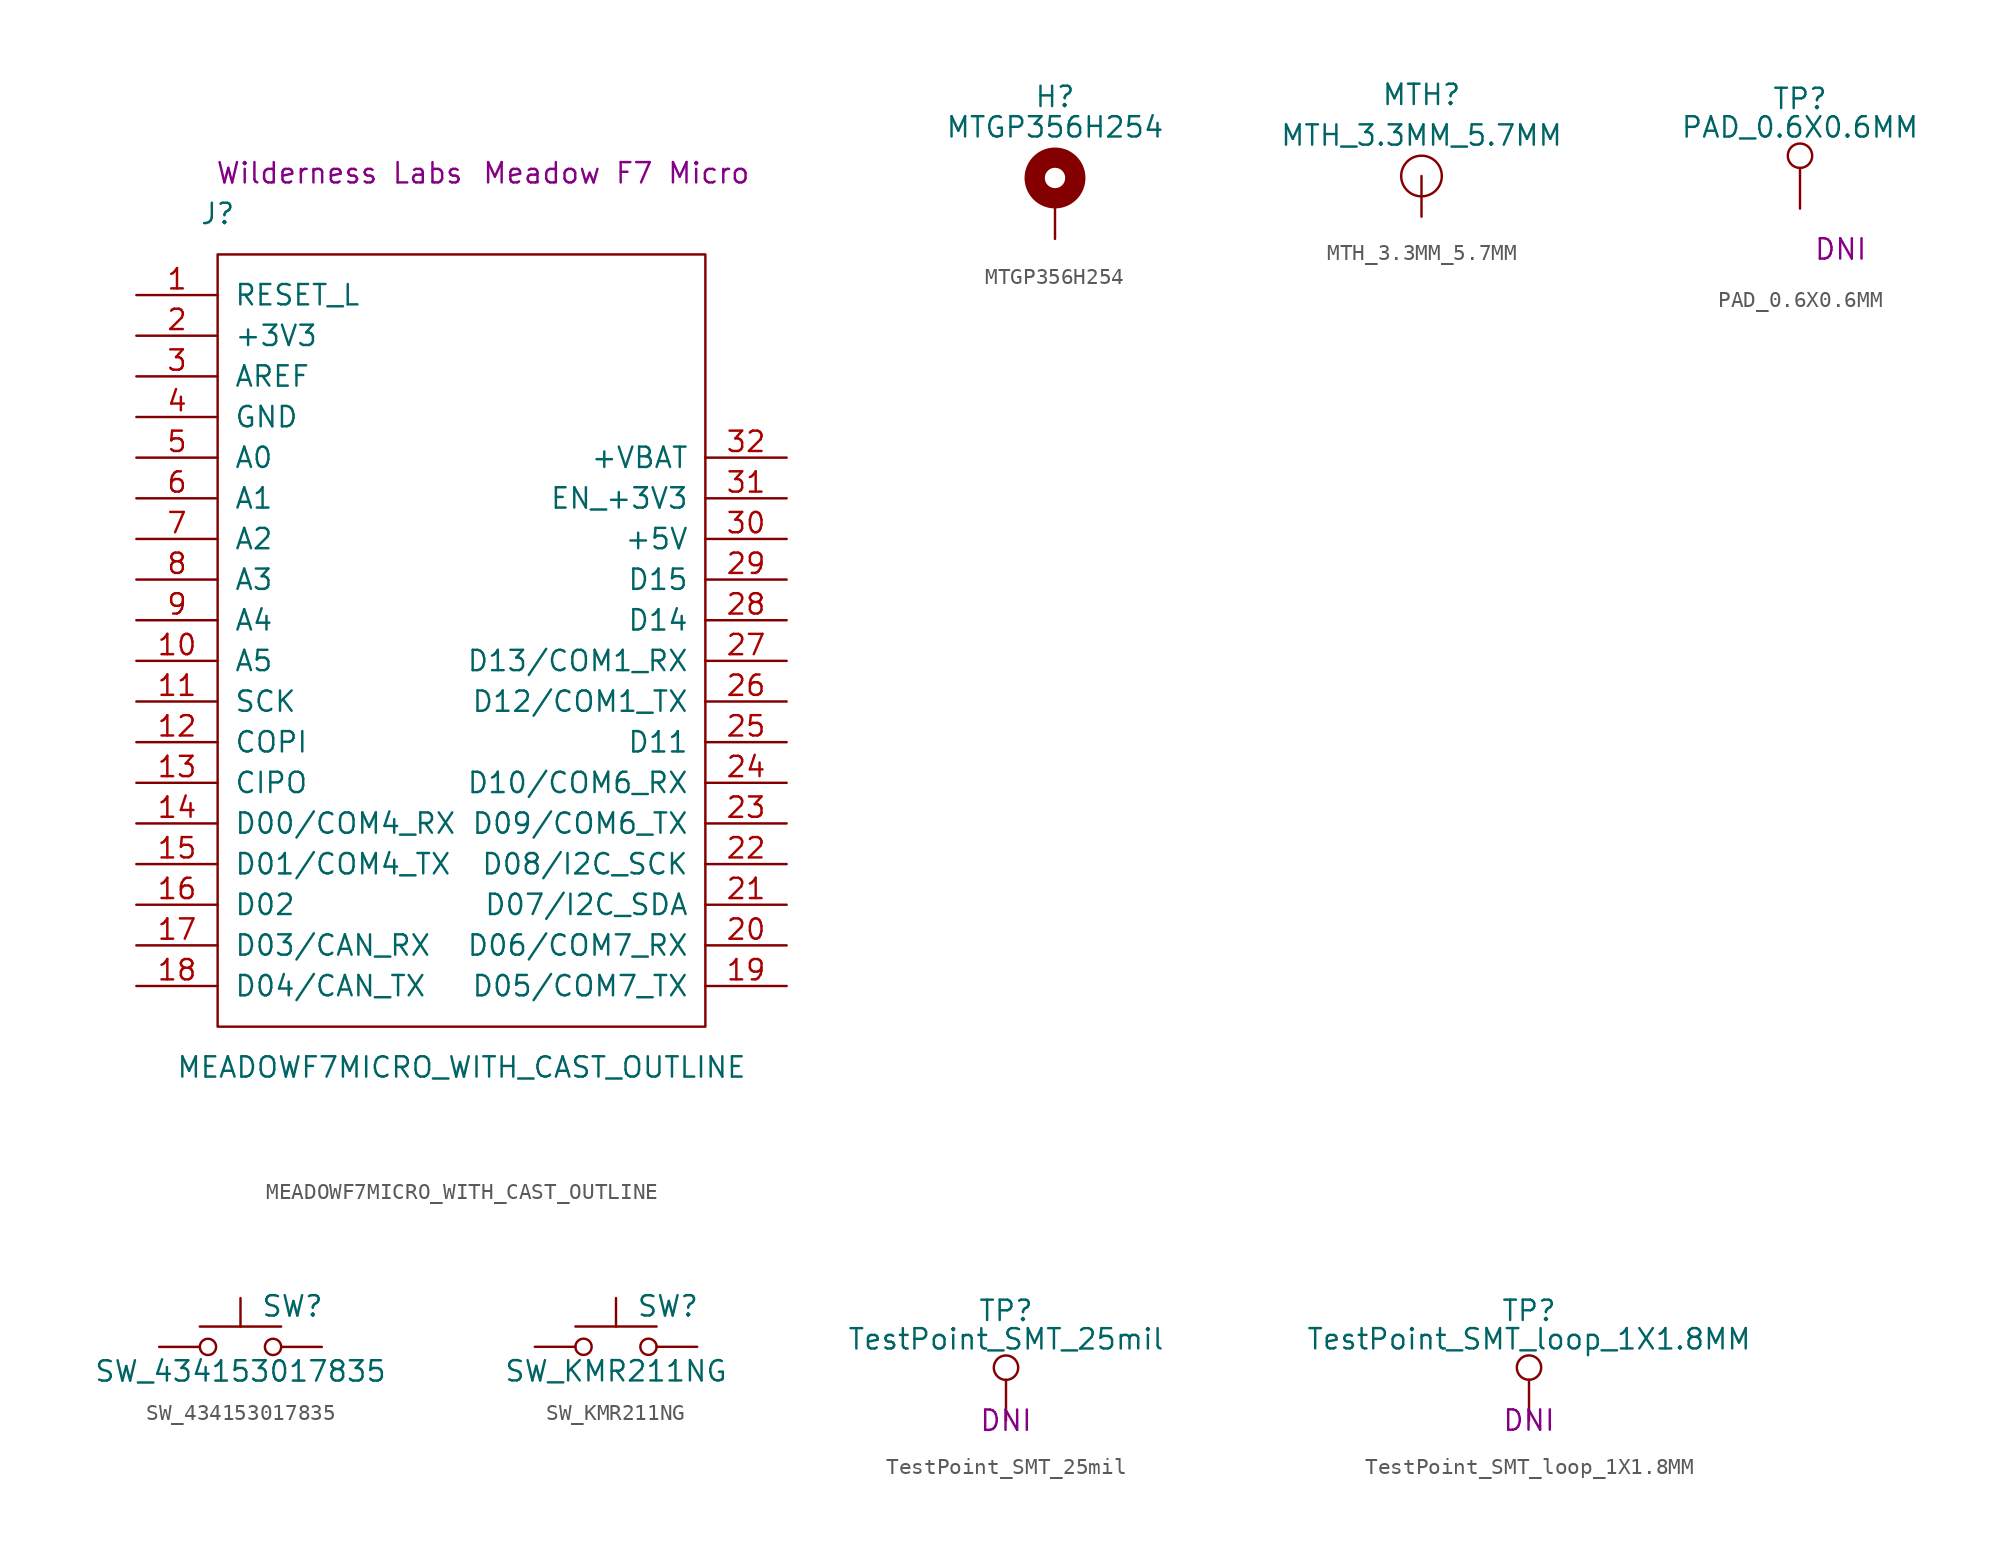
<source format=kicad_sym>
(kicad_symbol_lib
  (version 20211014)
  (generator kicad_symbol_editor)
  (symbol "MEADOWF7MICRO_WITH_CAST_OUTLINE"
    (pin_names
      (offset 1.016))
    (property "Reference" "J"
      (at 5.08 10.16 0)
      (effects (font (size 1.27 1.27))))
    (property "Value" "MEADOWF7MICRO_WITH_CAST_OUTLINE"
      (at 20.32 -43.18 0)
      (effects (font (size 1.27 1.27))))
    (property "MF" "Wilderness Labs"
      (at 12.7 12.7 0)
      (effects (font (size 1.27 1.27))))
    (property "PN" "Meadow F7 Micro "
      (at 30.48 12.7 0)
      (effects (font (size 1.27 1.27))))
    (symbol "MEADOWF7MICRO_WITH_CAST_OUTLINE_0_1"
      (rectangle (start 5.08 7.62) (end 35.56 -40.64) (stroke (width 0) (type default) (color 0 0 0 0)) (fill (type none))))
    (symbol "MEADOWF7MICRO_WITH_CAST_OUTLINE_1_1"
      (pin input line (at 0 5.08 0) (length 5.08) (name "RESET_L" (effects (font (size 1.27 1.27)))) (number "1" (effects (font (size 1.27 1.27)))))
      (pin bidirectional line (at 0 -17.78 0) (length 5.08) (name "A5" (effects (font (size 1.27 1.27)))) (number "10" (effects (font (size 1.27 1.27)))))
      (pin bidirectional line (at 0 -20.32 0) (length 5.08) (name "SCK" (effects (font (size 1.27 1.27)))) (number "11" (effects (font (size 1.27 1.27)))))
      (pin bidirectional line (at 0 -22.86 0) (length 5.08) (name "COPI" (effects (font (size 1.27 1.27)))) (number "12" (effects (font (size 1.27 1.27)))))
      (pin bidirectional line (at 0 -25.4 0) (length 5.08) (name "CIPO" (effects (font (size 1.27 1.27)))) (number "13" (effects (font (size 1.27 1.27)))))
      (pin bidirectional line (at 0 -27.94 0) (length 5.08) (name "D00/COM4_RX" (effects (font (size 1.27 1.27)))) (number "14" (effects (font (size 1.27 1.27)))))
      (pin bidirectional line (at 0 -30.48 0) (length 5.08) (name "D01/COM4_TX" (effects (font (size 1.27 1.27)))) (number "15" (effects (font (size 1.27 1.27)))))
      (pin bidirectional line (at 0 -33.02 0) (length 5.08) (name "D02" (effects (font (size 1.27 1.27)))) (number "16" (effects (font (size 1.27 1.27)))))
      (pin bidirectional line (at 0 -35.56 0) (length 5.08) (name "D03/CAN_RX" (effects (font (size 1.27 1.27)))) (number "17" (effects (font (size 1.27 1.27)))))
      (pin bidirectional line (at 0 -38.1 0) (length 5.08) (name "D04/CAN_TX" (effects (font (size 1.27 1.27)))) (number "18" (effects (font (size 1.27 1.27)))))
      (pin bidirectional line (at 40.64 -38.1 180) (length 5.08) (name "D05/COM7_TX" (effects (font (size 1.27 1.27)))) (number "19" (effects (font (size 1.27 1.27)))))
      (pin power_out line (at 0 2.54 0) (length 5.08) (name "+3V3" (effects (font (size 1.27 1.27)))) (number "2" (effects (font (size 1.27 1.27)))))
      (pin bidirectional line (at 40.64 -35.56 180) (length 5.08) (name "D06/COM7_RX" (effects (font (size 1.27 1.27)))) (number "20" (effects (font (size 1.27 1.27)))))
      (pin bidirectional line (at 40.64 -33.02 180) (length 5.08) (name "D07/I2C_SDA" (effects (font (size 1.27 1.27)))) (number "21" (effects (font (size 1.27 1.27)))))
      (pin bidirectional line (at 40.64 -30.48 180) (length 5.08) (name "D08/I2C_SCK" (effects (font (size 1.27 1.27)))) (number "22" (effects (font (size 1.27 1.27)))))
      (pin bidirectional line (at 40.64 -27.94 180) (length 5.08) (name "D09/COM6_TX" (effects (font (size 1.27 1.27)))) (number "23" (effects (font (size 1.27 1.27)))))
      (pin bidirectional line (at 40.64 -25.4 180) (length 5.08) (name "D10/COM6_RX" (effects (font (size 1.27 1.27)))) (number "24" (effects (font (size 1.27 1.27)))))
      (pin bidirectional line (at 40.64 -22.86 180) (length 5.08) (name "D11" (effects (font (size 1.27 1.27)))) (number "25" (effects (font (size 1.27 1.27)))))
      (pin bidirectional line (at 40.64 -20.32 180) (length 5.08) (name "D12/COM1_TX" (effects (font (size 1.27 1.27)))) (number "26" (effects (font (size 1.27 1.27)))))
      (pin bidirectional line (at 40.64 -17.78 180) (length 5.08) (name "D13/COM1_RX" (effects (font (size 1.27 1.27)))) (number "27" (effects (font (size 1.27 1.27)))))
      (pin bidirectional line (at 40.64 -15.24 180) (length 5.08) (name "D14" (effects (font (size 1.27 1.27)))) (number "28" (effects (font (size 1.27 1.27)))))
      (pin bidirectional line (at 40.64 -12.7 180) (length 5.08) (name "D15" (effects (font (size 1.27 1.27)))) (number "29" (effects (font (size 1.27 1.27)))))
      (pin power_in line (at 0 0 0) (length 5.08) (name "AREF" (effects (font (size 1.27 1.27)))) (number "3" (effects (font (size 1.27 1.27)))))
      (pin power_in line (at 40.64 -10.16 180) (length 5.08) (name "+5V" (effects (font (size 1.27 1.27)))) (number "30" (effects (font (size 1.27 1.27)))))
      (pin input line (at 40.64 -7.62 180) (length 5.08) (name "EN_+3V3" (effects (font (size 1.27 1.27)))) (number "31" (effects (font (size 1.27 1.27)))))
      (pin power_in line (at 40.64 -5.08 180) (length 5.08) (name "+VBAT" (effects (font (size 1.27 1.27)))) (number "32" (effects (font (size 1.27 1.27)))))
      (pin power_in line (at 0 -2.54 0) (length 5.08) (name "GND" (effects (font (size 1.27 1.27)))) (number "4" (effects (font (size 1.27 1.27)))))
      (pin bidirectional line (at 0 -5.08 0) (length 5.08) (name "A0" (effects (font (size 1.27 1.27)))) (number "5" (effects (font (size 1.27 1.27)))))
      (pin bidirectional line (at 0 -7.62 0) (length 5.08) (name "A1" (effects (font (size 1.27 1.27)))) (number "6" (effects (font (size 1.27 1.27)))))
      (pin input line (at 0 -10.16 0) (length 5.08) (name "A2" (effects (font (size 1.27 1.27)))) (number "7" (effects (font (size 1.27 1.27)))))
      (pin bidirectional line (at 0 -12.7 0) (length 5.08) (name "A3" (effects (font (size 1.27 1.27)))) (number "8" (effects (font (size 1.27 1.27)))))
      (pin bidirectional line (at 0 -15.24 0) (length 5.08) (name "A4" (effects (font (size 1.27 1.27)))) (number "9" (effects (font (size 1.27 1.27)))))))
  (symbol "MTGP356H254"
    (pin_numbers hide)
    (pin_names
      (offset 1.016) hide)
    (property "Reference" "H"
      (at 0 6.35 0)
      (effects (font (size 1.27 1.27))))
    (property "Value" "MTGP356H254"
      (at 0 4.445 0)
      (effects (font (size 1.27 1.27))))
    (symbol "MTGP356H254_0_1"
      (circle (center 0 1.27) (radius 1.27) (stroke (width 1.27) (type default) (color 0 0 0 0)) (fill (type none))))
    (symbol "MTGP356H254_1_1"
      (pin input line (at 0 -2.54 90) (length 2.54) (name "1" (effects (font (size 1.27 1.27)))) (number "1" (effects (font (size 1.27 1.27)))))))
  (symbol "MTH_3.3MM_5.7MM"
    (pin_numbers hide)
    (pin_names
      (offset 0) hide)
    (property "Reference" "MTH"
      (at 0 5.08 0)
      (effects (font (size 1.27 1.27))))
    (property "Value" "MTH_3.3MM_5.7MM"
      (at 0 2.54 0)
      (effects (font (size 1.27 1.27))))
    (symbol "MTH_3.3MM_5.7MM_0_1"
      (circle (center 0 0) (radius 1.27) (stroke (width 0) (type default) (color 0 0 0 0)) (fill (type none))))
    (symbol "MTH_3.3MM_5.7MM_1_1"
      (pin passive line (at 0 -2.54 90) (length 2.54) (name "1" (effects (font (size 1.27 1.27)))) (number "~" (effects (font (size 1.27 1.27)))))))
  (symbol "PAD_0.6X0.6MM"
    (pin_numbers hide)
    (pin_names
      (offset 0.762) hide)
    (property "Reference" "TP"
      (at 0 6.858 0)
      (effects (font (size 1.27 1.27))))
    (property "Value" "PAD_0.6X0.6MM"
      (at 0 5.08 0)
      (effects (font (size 1.27 1.27))))
    (property "DNI" "DNI"
      (at 2.54 -2.54 0)
      (effects (font (size 1.27 1.27))))
    (symbol "PAD_0.6X0.6MM_0_1"
      (circle (center 0 3.302) (radius 0.762) (stroke (width 0) (type default) (color 0 0 0 0)) (fill (type none))))
    (symbol "PAD_0.6X0.6MM_1_1"
      (pin passive line (at 0 0 90) (length 2.54) (name "1" (effects (font (size 1.27 1.27)))) (number "1" (effects (font (size 1.27 1.27)))))))
  (symbol "SW_434153017835"
    (pin_numbers hide)
    (pin_names
      (offset 1.016) hide)
    (property "Reference" "SW"
      (at 1.27 2.54 0)
      (effects (font (size 1.27 1.27)) (justify left)))
    (property "Value" "SW_434153017835"
      (at 0 -1.524 0)
      (effects (font (size 1.27 1.27))))
    (symbol "SW_434153017835_0_1"
      (circle (center -2.032 0) (radius 0.508) (stroke (width 0) (type default) (color 0 0 0 0)) (fill (type none)))
      (polyline (pts (xy 0 1.27) (xy 0 3.048)) (stroke (width 0) (type default) (color 0 0 0 0)) (fill (type none)))
      (polyline (pts (xy 2.54 1.27) (xy -2.54 1.27)) (stroke (width 0) (type default) (color 0 0 0 0)) (fill (type none)))
      (circle (center 2.032 0) (radius 0.508) (stroke (width 0) (type default) (color 0 0 0 0)) (fill (type none)))
      (pin passive line (at -5.08 0 0) (length 2.54) (name "1" (effects (font (size 1.27 1.27)))) (number "1" (effects (font (size 1.27 1.27)))))
      (pin passive line (at 5.08 0 180) (length 2.54) (name "2" (effects (font (size 1.27 1.27)))) (number "2" (effects (font (size 1.27 1.27))))))
    (symbol "SW_434153017835_1_1"
      (pin passive line (at -5.08 0 0) (length 5.08) hide (name "3" (effects (font (size 1.27 1.27)))) (number "3" (effects (font (size 1.27 1.27)))))
      (pin passive line (at 5.08 0 180) (length 5.08) hide (name "4" (effects (font (size 1.27 1.27)))) (number "4" (effects (font (size 1.27 1.27)))))))
  (symbol "SW_KMR211NG"
    (pin_numbers hide)
    (pin_names
      (offset 1.016) hide)
    (property "Reference" "SW"
      (at 1.27 2.54 0)
      (effects (font (size 1.27 1.27)) (justify left)))
    (property "Value" "SW_KMR211NG"
      (at 0 -1.524 0)
      (effects (font (size 1.27 1.27))))
    (symbol "SW_KMR211NG_0_1"
      (circle (center -2.032 0) (radius 0.508) (stroke (width 0) (type default) (color 0 0 0 0)) (fill (type none)))
      (polyline (pts (xy 0 1.27) (xy 0 3.048)) (stroke (width 0) (type default) (color 0 0 0 0)) (fill (type none)))
      (polyline (pts (xy 2.54 1.27) (xy -2.54 1.27)) (stroke (width 0) (type default) (color 0 0 0 0)) (fill (type none)))
      (circle (center 2.032 0) (radius 0.508) (stroke (width 0) (type default) (color 0 0 0 0)) (fill (type none)))
      (pin passive line (at -5.08 0 0) (length 2.54) (name "1" (effects (font (size 1.27 1.27)))) (number "1" (effects (font (size 1.27 1.27)))))
      (pin passive line (at 5.08 0 180) (length 2.54) (name "2" (effects (font (size 1.27 1.27)))) (number "2" (effects (font (size 1.27 1.27))))))
    (symbol "SW_KMR211NG_1_1"
      (pin passive line (at 5.08 0 180) (length 5.08) hide (name "3" (effects (font (size 1.27 1.27)))) (number "3" (effects (font (size 1.27 1.27)))))
      (pin passive line (at -5.08 0 0) (length 5.08) hide (name "4" (effects (font (size 1.27 1.27)))) (number "4" (effects (font (size 1.27 1.27)))))))
  (symbol "TestPoint_SMT_25mil"
    (pin_numbers hide)
    (pin_names
      (offset 0.762) hide)
    (property "Reference" "TP"
      (at 0 6.858 0)
      (effects (font (size 1.27 1.27))))
    (property "Value" "TestPoint_SMT_25mil"
      (at 0 5.08 0)
      (effects (font (size 1.27 1.27))))
    (property "DNI" "DNI"
      (at 0 0 0)
      (effects (font (size 1.27 1.27))))
    (symbol "TestPoint_SMT_25mil_0_1"
      (circle (center 0 3.302) (radius 0.762) (stroke (width 0) (type default) (color 0 0 0 0)) (fill (type none))))
    (symbol "TestPoint_SMT_25mil_1_1"
      (pin passive line (at 0 0 90) (length 2.54) (name "1" (effects (font (size 1.27 1.27)))) (number "1" (effects (font (size 1.27 1.27)))))))
  (symbol "TestPoint_SMT_loop_1X1.8MM"
    (pin_numbers hide)
    (pin_names
      (offset 0.762) hide)
    (property "Reference" "TP"
      (at 0 6.858 0)
      (effects (font (size 1.27 1.27))))
    (property "Value" "TestPoint_SMT_loop_1X1.8MM"
      (at 0 5.08 0)
      (effects (font (size 1.27 1.27))))
    (property "DNI" "DNI"
      (at 0 0 0)
      (effects (font (size 1.27 1.27))))
    (symbol "TestPoint_SMT_loop_1X1.8MM_0_1"
      (circle (center 0 3.302) (radius 0.762) (stroke (width 0) (type default) (color 0 0 0 0)) (fill (type none))))
    (symbol "TestPoint_SMT_loop_1X1.8MM_1_1"
      (pin passive line (at 0 0 90) (length 2.54) (name "1" (effects (font (size 1.27 1.27)))) (number "1" (effects (font (size 1.27 1.27))))))))
</source>
